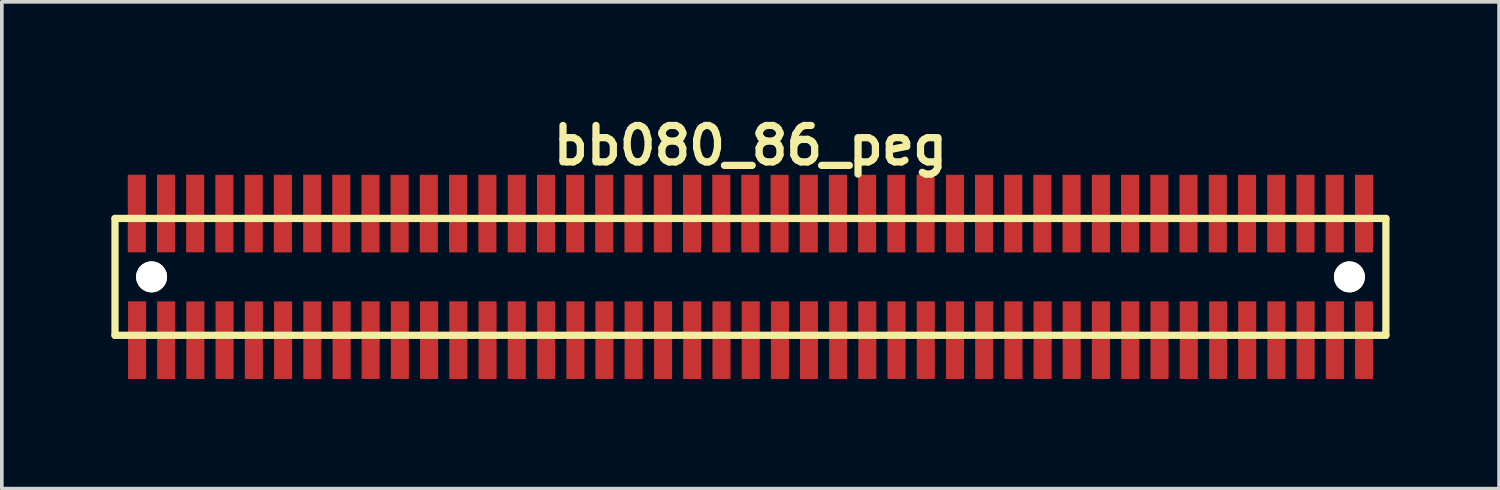
<source format=kicad_pcb>
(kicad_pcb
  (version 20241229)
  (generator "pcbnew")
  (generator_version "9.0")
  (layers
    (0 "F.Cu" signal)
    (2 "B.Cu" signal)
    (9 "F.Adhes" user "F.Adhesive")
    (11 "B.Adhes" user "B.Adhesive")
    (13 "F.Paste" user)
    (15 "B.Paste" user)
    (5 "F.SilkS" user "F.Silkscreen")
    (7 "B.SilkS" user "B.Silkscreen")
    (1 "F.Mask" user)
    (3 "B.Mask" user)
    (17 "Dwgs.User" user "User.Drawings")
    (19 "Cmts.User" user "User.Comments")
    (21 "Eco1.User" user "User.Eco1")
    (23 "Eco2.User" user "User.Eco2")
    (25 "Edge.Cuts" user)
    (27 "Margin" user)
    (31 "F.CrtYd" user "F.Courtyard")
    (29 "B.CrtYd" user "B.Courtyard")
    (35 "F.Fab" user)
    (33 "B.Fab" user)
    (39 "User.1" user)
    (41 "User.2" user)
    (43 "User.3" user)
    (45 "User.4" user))
  (footprint "bb080_86_peg"
    (layer "F.Cu")
    (at 17.498 4.531)
    (property "Reference" "bb080_86_peg" (at 0 -3.599 0) (layer "F.SilkS") (effects (font (size 0.998 0.998) (thickness 0.198))))
    (attr smd)
    (fp_line (start -17.399 -1.6) (end -17.399 1.6) (stroke (width 0.198) (type solid)) (layer "F.SilkS"))
    (fp_line (start -17.399 -1.6) (end 17.399 -1.6) (stroke (width 0.198) (type solid)) (layer "F.SilkS"))
    (fp_line (start 17.399 1.6) (end -17.399 1.6) (stroke (width 0.198) (type solid)) (layer "F.SilkS"))
    (fp_line (start 17.399 1.6) (end 17.399 -1.6) (stroke (width 0.198) (type solid)) (layer "F.SilkS"))
    (pad "" np_thru_hole circle (at -16.398 0) (size 0.848 0.848) (drill 0.848) (layers "*.Cu" "*.Mask" "F.SilkS"))
    (pad "" np_thru_hole circle (at 16.401 0) (size 0.848 0.848) (drill 0.848) (layers "*.Cu" "*.Mask" "F.SilkS"))
    (pad "1" smd rect (at -16.794 1.732) (size 0.495 2.126) (layers "F.Cu" "F.Mask" "F.Paste"))
    (pad "2" smd rect (at -16.802 -1.735) (size 0.495 2.126) (layers "F.Cu" "F.Mask" "F.Paste"))
    (pad "3" smd rect (at -15.997 1.735) (size 0.495 2.126) (layers "F.Cu" "F.Mask" "F.Paste"))
    (pad "4" smd rect (at -16.002 -1.735) (size 0.495 2.126) (layers "F.Cu" "F.Mask" "F.Paste"))
    (pad "5" smd rect (at -15.199 1.735) (size 0.495 2.126) (layers "F.Cu" "F.Mask" "F.Paste"))
    (pad "6" smd rect (at -15.204 -1.735) (size 0.495 2.126) (layers "F.Cu" "F.Mask" "F.Paste"))
    (pad "7" smd rect (at -14.399 1.732) (size 0.495 2.126) (layers "F.Cu" "F.Mask" "F.Paste"))
    (pad "8" smd rect (at -14.404 -1.732) (size 0.495 2.126) (layers "F.Cu" "F.Mask" "F.Paste"))
    (pad "9" smd rect (at -13.597 1.735) (size 0.495 2.126) (layers "F.Cu" "F.Mask" "F.Paste"))
    (pad "10" smd rect (at -13.602 -1.732) (size 0.495 2.126) (layers "F.Cu" "F.Mask" "F.Paste"))
    (pad "11" smd rect (at -12.797 1.735) (size 0.495 2.126) (layers "F.Cu" "F.Mask" "F.Paste"))
    (pad "12" smd rect (at -12.802 -1.732) (size 0.495 2.126) (layers "F.Cu" "F.Mask" "F.Paste"))
    (pad "13" smd rect (at -11.996 1.735) (size 0.495 2.126) (layers "F.Cu" "F.Mask" "F.Paste"))
    (pad "14" smd rect (at -11.999 -1.735) (size 0.495 2.126) (layers "F.Cu" "F.Mask" "F.Paste"))
    (pad "15" smd rect (at -11.194 1.732) (size 0.495 2.126) (layers "F.Cu" "F.Mask" "F.Paste"))
    (pad "16" smd rect (at -11.204 -1.732) (size 0.495 2.126) (layers "F.Cu" "F.Mask" "F.Paste"))
    (pad "17" smd rect (at -10.399 1.732) (size 0.495 2.126) (layers "F.Cu" "F.Mask" "F.Paste"))
    (pad "18" smd rect (at -10.404 -1.732) (size 0.495 2.126) (layers "F.Cu" "F.Mask" "F.Paste"))
    (pad "19" smd rect (at -9.599 1.732) (size 0.495 2.126) (layers "F.Cu" "F.Mask" "F.Paste"))
    (pad "20" smd rect (at -9.606 -1.732) (size 0.495 2.126) (layers "F.Cu" "F.Mask" "F.Paste"))
    (pad "21" smd rect (at -8.799 1.732) (size 0.495 2.126) (layers "F.Cu" "F.Mask" "F.Paste"))
    (pad "22" smd rect (at -8.806 -1.732) (size 0.495 2.126) (layers "F.Cu" "F.Mask" "F.Paste"))
    (pad "23" smd rect (at -7.998 1.732) (size 0.495 2.126) (layers "F.Cu" "F.Mask" "F.Paste"))
    (pad "24" smd rect (at -8.004 -1.732) (size 0.495 2.126) (layers "F.Cu" "F.Mask" "F.Paste"))
    (pad "25" smd rect (at -7.198 1.732) (size 0.495 2.126) (layers "F.Cu" "F.Mask" "F.Paste"))
    (pad "26" smd rect (at -7.203 -1.732) (size 0.495 2.126) (layers "F.Cu" "F.Mask" "F.Paste"))
    (pad "27" smd rect (at -6.398 1.732) (size 0.495 2.126) (layers "F.Cu" "F.Mask" "F.Paste"))
    (pad "28" smd rect (at -6.398 -1.732) (size 0.495 2.126) (layers "F.Cu" "F.Mask" "F.Paste"))
    (pad "29" smd rect (at -5.593 1.732) (size 0.495 2.126) (layers "F.Cu" "F.Mask" "F.Paste"))
    (pad "30" smd rect (at -5.598 -1.732) (size 0.495 2.126) (layers "F.Cu" "F.Mask" "F.Paste"))
    (pad "31" smd rect (at -4.793 1.732) (size 0.495 2.126) (layers "F.Cu" "F.Mask" "F.Paste"))
    (pad "32" smd rect (at -4.798 -1.732) (size 0.495 2.126) (layers "F.Cu" "F.Mask" "F.Paste"))
    (pad "33" smd rect (at -3.998 1.732) (size 0.495 2.126) (layers "F.Cu" "F.Mask" "F.Paste"))
    (pad "34" smd rect (at -4.003 -1.732) (size 0.495 2.126) (layers "F.Cu" "F.Mask" "F.Paste"))
    (pad "35" smd rect (at -3.198 1.732) (size 0.495 2.126) (layers "F.Cu" "F.Mask" "F.Paste"))
    (pad "36" smd rect (at -3.203 -1.732) (size 0.495 2.126) (layers "F.Cu" "F.Mask" "F.Paste"))
    (pad "37" smd rect (at -2.393 1.732) (size 0.495 2.126) (layers "F.Cu" "F.Mask" "F.Paste"))
    (pad "38" smd rect (at -2.398 -1.732) (size 0.495 2.126) (layers "F.Cu" "F.Mask" "F.Paste"))
    (pad "39" smd rect (at -1.593 1.732) (size 0.495 2.126) (layers "F.Cu" "F.Mask" "F.Paste"))
    (pad "40" smd rect (at -1.598 -1.732) (size 0.495 2.126) (layers "F.Cu" "F.Mask" "F.Paste"))
    (pad "41" smd rect (at -0.792 1.732) (size 0.495 2.126) (layers "F.Cu" "F.Mask" "F.Paste"))
    (pad "42" smd rect (at -0.798 -1.732) (size 0.495 2.126) (layers "F.Cu" "F.Mask" "F.Paste"))
    (pad "43" smd rect (at 0.008 1.732) (size 0.495 2.126) (layers "F.Cu" "F.Mask" "F.Paste"))
    (pad "44" smd rect (at -0.003 -1.732) (size 0.495 2.126) (layers "F.Cu" "F.Mask" "F.Paste"))
    (pad "45" smd rect (at 0.808 1.732) (size 0.495 2.126) (layers "F.Cu" "F.Mask" "F.Paste"))
    (pad "46" smd rect (at 0.798 -1.732) (size 0.495 2.126) (layers "F.Cu" "F.Mask" "F.Paste"))
    (pad "47" smd rect (at 1.603 1.732) (size 0.495 2.126) (layers "F.Cu" "F.Mask" "F.Paste"))
    (pad "48" smd rect (at 1.598 -1.732) (size 0.495 2.126) (layers "F.Cu" "F.Mask" "F.Paste"))
    (pad "49" smd rect (at 2.403 1.732) (size 0.495 2.126) (layers "F.Cu" "F.Mask" "F.Paste"))
    (pad "50" smd rect (at 2.395 -1.732) (size 0.495 2.126) (layers "F.Cu" "F.Mask" "F.Paste"))
    (pad "51" smd rect (at 3.2 1.732) (size 0.495 2.126) (layers "F.Cu" "F.Mask" "F.Paste"))
    (pad "52" smd rect (at 3.195 -1.732) (size 0.495 2.126) (layers "F.Cu" "F.Mask" "F.Paste"))
    (pad "53" smd rect (at 4 1.732) (size 0.495 2.126) (layers "F.Cu" "F.Mask" "F.Paste"))
    (pad "54" smd rect (at 3.995 -1.732) (size 0.495 2.126) (layers "F.Cu" "F.Mask" "F.Paste"))
    (pad "55" smd rect (at 4.801 1.732) (size 0.495 2.126) (layers "F.Cu" "F.Mask" "F.Paste"))
    (pad "56" smd rect (at 4.796 -1.732) (size 0.495 2.126) (layers "F.Cu" "F.Mask" "F.Paste"))
    (pad "57" smd rect (at 5.601 1.732) (size 0.495 2.126) (layers "F.Cu" "F.Mask" "F.Paste"))
    (pad "58" smd rect (at 5.601 -1.732) (size 0.495 2.126) (layers "F.Cu" "F.Mask" "F.Paste"))
    (pad "59" smd rect (at 6.401 1.732) (size 0.495 2.126) (layers "F.Cu" "F.Mask" "F.Paste"))
    (pad "60" smd rect (at 6.396 -1.732) (size 0.495 2.126) (layers "F.Cu" "F.Mask" "F.Paste"))
    (pad "61" smd rect (at 7.201 1.732) (size 0.495 2.126) (layers "F.Cu" "F.Mask" "F.Paste"))
    (pad "62" smd rect (at 7.196 -1.732) (size 0.495 2.126) (layers "F.Cu" "F.Mask" "F.Paste"))
    (pad "63" smd rect (at 8.001 1.732) (size 0.495 2.126) (layers "F.Cu" "F.Mask" "F.Paste"))
    (pad "64" smd rect (at 7.993 -1.732) (size 0.495 2.126) (layers "F.Cu" "F.Mask" "F.Paste"))
    (pad "65" smd rect (at 8.796 1.732) (size 0.495 2.126) (layers "F.Cu" "F.Mask" "F.Paste"))
    (pad "66" smd rect (at 8.793 -1.732) (size 0.495 2.126) (layers "F.Cu" "F.Mask" "F.Paste"))
    (pad "67" smd rect (at 9.596 1.732) (size 0.495 2.126) (layers "F.Cu" "F.Mask" "F.Paste"))
    (pad "68" smd rect (at 9.596 -1.732) (size 0.495 2.126) (layers "F.Cu" "F.Mask" "F.Paste"))
    (pad "69" smd rect (at 10.401 1.732) (size 0.495 2.126) (layers "F.Cu" "F.Mask" "F.Paste"))
    (pad "70" smd rect (at 10.396 -1.732) (size 0.495 2.126) (layers "F.Cu" "F.Mask" "F.Paste"))
    (pad "71" smd rect (at 11.201 1.732) (size 0.495 2.126) (layers "F.Cu" "F.Mask" "F.Paste"))
    (pad "72" smd rect (at 11.196 -1.732) (size 0.495 2.126) (layers "F.Cu" "F.Mask" "F.Paste"))
    (pad "73" smd rect (at 12.002 1.732) (size 0.495 2.126) (layers "F.Cu" "F.Mask" "F.Paste"))
    (pad "74" smd rect (at 11.996 -1.732) (size 0.495 2.126) (layers "F.Cu" "F.Mask" "F.Paste"))
    (pad "75" smd rect (at 12.807 1.732) (size 0.495 2.126) (layers "F.Cu" "F.Mask" "F.Paste"))
    (pad "76" smd rect (at 12.797 -1.732) (size 0.495 2.126) (layers "F.Cu" "F.Mask" "F.Paste"))
    (pad "77" smd rect (at 13.602 1.732) (size 0.495 2.126) (layers "F.Cu" "F.Mask" "F.Paste"))
    (pad "78" smd rect (at 13.597 -1.732) (size 0.495 2.126) (layers "F.Cu" "F.Mask" "F.Paste"))
    (pad "79" smd rect (at 14.402 1.732) (size 0.495 2.126) (layers "F.Cu" "F.Mask" "F.Paste"))
    (pad "80" smd rect (at 14.397 -1.732) (size 0.495 2.126) (layers "F.Cu" "F.Mask" "F.Paste"))
    (pad "81" smd rect (at 15.202 1.732) (size 0.495 2.126) (layers "F.Cu" "F.Mask" "F.Paste"))
    (pad "82" smd rect (at 15.197 -1.732) (size 0.495 2.126) (layers "F.Cu" "F.Mask" "F.Paste"))
    (pad "83" smd rect (at 16.002 1.732) (size 0.495 2.126) (layers "F.Cu" "F.Mask" "F.Paste"))
    (pad "84" smd rect (at 15.997 -1.732) (size 0.495 2.126) (layers "F.Cu" "F.Mask" "F.Paste"))
    (pad "85" smd rect (at 16.802 1.732) (size 0.495 2.126) (layers "F.Cu" "F.Mask" "F.Paste"))
    (pad "86" smd rect (at 16.802 -1.732) (size 0.495 2.126) (layers "F.Cu" "F.Mask" "F.Paste")))
  (gr_rect
    (start -3 -3)
    (end 37.996 10.329)
    (stroke (width 0.1) (type default))
    (fill no)
    (layer "Edge.Cuts")))
</source>
